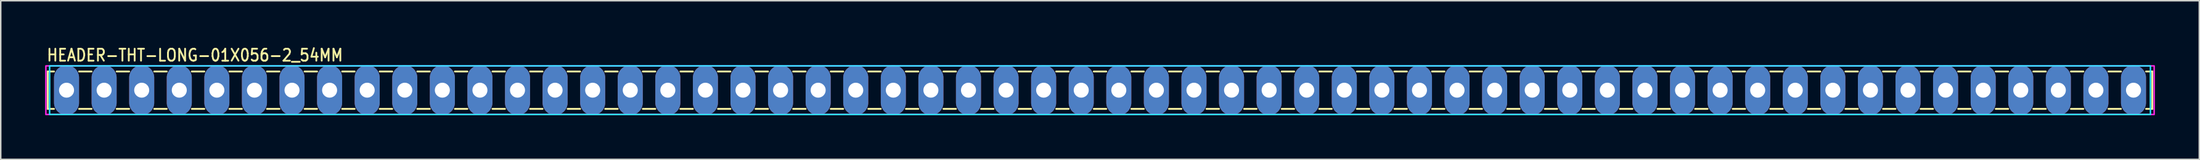
<source format=kicad_pcb>
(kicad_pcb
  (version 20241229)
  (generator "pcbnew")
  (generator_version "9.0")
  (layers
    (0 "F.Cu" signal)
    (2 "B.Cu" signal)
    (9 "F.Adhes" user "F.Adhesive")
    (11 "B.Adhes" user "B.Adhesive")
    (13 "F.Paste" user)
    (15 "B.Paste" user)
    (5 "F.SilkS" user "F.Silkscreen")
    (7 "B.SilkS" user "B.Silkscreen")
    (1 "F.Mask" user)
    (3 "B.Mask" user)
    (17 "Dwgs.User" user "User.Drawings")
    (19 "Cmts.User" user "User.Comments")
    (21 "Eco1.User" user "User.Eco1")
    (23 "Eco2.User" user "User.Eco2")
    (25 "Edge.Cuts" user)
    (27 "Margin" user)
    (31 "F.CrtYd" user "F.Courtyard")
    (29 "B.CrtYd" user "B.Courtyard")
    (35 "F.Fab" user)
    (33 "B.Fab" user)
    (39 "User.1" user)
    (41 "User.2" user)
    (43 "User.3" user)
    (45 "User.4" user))
  (footprint "HEADER-THT-LONG-01X056-2_54MM"
    (layer "F.Cu")
    (at 1.447 3.079)
    (property "Reference" "HEADER-THT-LONG-01X056-2_54MM" (at -1.4 -1.9 0) (unlocked yes) (layer "F.SilkS") (effects (font (size 0.813 0.695) (thickness 0.122)) (justify left bottom)))
    (fp_line (start -1.27 -1.27) (end -1.27 1.27) (stroke (width 0.127) (type solid)) (layer "F.SilkS"))
    (fp_line (start -1.27 1.27) (end -0.85 1.27) (stroke (width 0.127) (type solid)) (layer "F.SilkS"))
    (fp_line (start -0.85 -1.27) (end -1.27 -1.27) (stroke (width 0.127) (type solid)) (layer "F.SilkS"))
    (fp_line (start 0.85 -1.27) (end 1.69 -1.27) (stroke (width 0.127) (type solid)) (layer "F.SilkS"))
    (fp_line (start 0.85 1.27) (end 1.69 1.27) (stroke (width 0.127) (type solid)) (layer "F.SilkS"))
    (fp_line (start 3.39 -1.27) (end 4.23 -1.27) (stroke (width 0.127) (type solid)) (layer "F.SilkS"))
    (fp_line (start 3.39 1.27) (end 4.23 1.27) (stroke (width 0.127) (type solid)) (layer "F.SilkS"))
    (fp_line (start 5.93 -1.27) (end 6.77 -1.27) (stroke (width 0.127) (type solid)) (layer "F.SilkS"))
    (fp_line (start 5.93 1.27) (end 6.77 1.27) (stroke (width 0.127) (type solid)) (layer "F.SilkS"))
    (fp_line (start 8.47 -1.27) (end 9.31 -1.27) (stroke (width 0.127) (type solid)) (layer "F.SilkS"))
    (fp_line (start 8.47 1.27) (end 9.31 1.27) (stroke (width 0.127) (type solid)) (layer "F.SilkS"))
    (fp_line (start 11.01 -1.27) (end 11.85 -1.27) (stroke (width 0.127) (type solid)) (layer "F.SilkS"))
    (fp_line (start 11.01 1.27) (end 11.85 1.27) (stroke (width 0.127) (type solid)) (layer "F.SilkS"))
    (fp_line (start 13.55 -1.27) (end 14.39 -1.27) (stroke (width 0.127) (type solid)) (layer "F.SilkS"))
    (fp_line (start 13.55 1.27) (end 14.39 1.27) (stroke (width 0.127) (type solid)) (layer "F.SilkS"))
    (fp_line (start 16.09 -1.27) (end 16.93 -1.27) (stroke (width 0.127) (type solid)) (layer "F.SilkS"))
    (fp_line (start 16.09 1.27) (end 16.93 1.27) (stroke (width 0.127) (type solid)) (layer "F.SilkS"))
    (fp_line (start 18.63 -1.27) (end 19.47 -1.27) (stroke (width 0.127) (type solid)) (layer "F.SilkS"))
    (fp_line (start 18.63 1.27) (end 19.47 1.27) (stroke (width 0.127) (type solid)) (layer "F.SilkS"))
    (fp_line (start 21.17 -1.27) (end 22.01 -1.27) (stroke (width 0.127) (type solid)) (layer "F.SilkS"))
    (fp_line (start 21.17 1.27) (end 22.01 1.27) (stroke (width 0.127) (type solid)) (layer "F.SilkS"))
    (fp_line (start 23.71 -1.27) (end 24.55 -1.27) (stroke (width 0.127) (type solid)) (layer "F.SilkS"))
    (fp_line (start 23.71 1.27) (end 24.55 1.27) (stroke (width 0.127) (type solid)) (layer "F.SilkS"))
    (fp_line (start 26.25 -1.27) (end 27.09 -1.27) (stroke (width 0.127) (type solid)) (layer "F.SilkS"))
    (fp_line (start 26.25 1.27) (end 27.09 1.27) (stroke (width 0.127) (type solid)) (layer "F.SilkS"))
    (fp_line (start 28.79 -1.27) (end 29.63 -1.27) (stroke (width 0.127) (type solid)) (layer "F.SilkS"))
    (fp_line (start 28.79 1.27) (end 29.63 1.27) (stroke (width 0.127) (type solid)) (layer "F.SilkS"))
    (fp_line (start 31.33 -1.27) (end 32.17 -1.27) (stroke (width 0.127) (type solid)) (layer "F.SilkS"))
    (fp_line (start 31.33 1.27) (end 32.17 1.27) (stroke (width 0.127) (type solid)) (layer "F.SilkS"))
    (fp_line (start 33.87 -1.27) (end 34.71 -1.27) (stroke (width 0.127) (type solid)) (layer "F.SilkS"))
    (fp_line (start 33.87 1.27) (end 34.71 1.27) (stroke (width 0.127) (type solid)) (layer "F.SilkS"))
    (fp_line (start 36.41 -1.27) (end 37.25 -1.27) (stroke (width 0.127) (type solid)) (layer "F.SilkS"))
    (fp_line (start 36.41 1.27) (end 37.25 1.27) (stroke (width 0.127) (type solid)) (layer "F.SilkS"))
    (fp_line (start 38.95 -1.27) (end 39.79 -1.27) (stroke (width 0.127) (type solid)) (layer "F.SilkS"))
    (fp_line (start 38.95 1.27) (end 39.79 1.27) (stroke (width 0.127) (type solid)) (layer "F.SilkS"))
    (fp_line (start 41.49 -1.27) (end 42.33 -1.27) (stroke (width 0.127) (type solid)) (layer "F.SilkS"))
    (fp_line (start 41.49 1.27) (end 42.33 1.27) (stroke (width 0.127) (type solid)) (layer "F.SilkS"))
    (fp_line (start 44.03 -1.27) (end 44.87 -1.27) (stroke (width 0.127) (type solid)) (layer "F.SilkS"))
    (fp_line (start 44.03 1.27) (end 44.87 1.27) (stroke (width 0.127) (type solid)) (layer "F.SilkS"))
    (fp_line (start 46.57 -1.27) (end 47.41 -1.27) (stroke (width 0.127) (type solid)) (layer "F.SilkS"))
    (fp_line (start 46.57 1.27) (end 47.41 1.27) (stroke (width 0.127) (type solid)) (layer "F.SilkS"))
    (fp_line (start 49.11 -1.27) (end 49.95 -1.27) (stroke (width 0.127) (type solid)) (layer "F.SilkS"))
    (fp_line (start 49.11 1.27) (end 49.95 1.27) (stroke (width 0.127) (type solid)) (layer "F.SilkS"))
    (fp_line (start 51.65 -1.27) (end 52.49 -1.27) (stroke (width 0.127) (type solid)) (layer "F.SilkS"))
    (fp_line (start 51.65 1.27) (end 52.49 1.27) (stroke (width 0.127) (type solid)) (layer "F.SilkS"))
    (fp_line (start 54.19 -1.27) (end 55.03 -1.27) (stroke (width 0.127) (type solid)) (layer "F.SilkS"))
    (fp_line (start 54.19 1.27) (end 55.03 1.27) (stroke (width 0.127) (type solid)) (layer "F.SilkS"))
    (fp_line (start 56.73 -1.27) (end 57.57 -1.27) (stroke (width 0.127) (type solid)) (layer "F.SilkS"))
    (fp_line (start 56.73 1.27) (end 57.57 1.27) (stroke (width 0.127) (type solid)) (layer "F.SilkS"))
    (fp_line (start 59.27 -1.27) (end 60.11 -1.27) (stroke (width 0.127) (type solid)) (layer "F.SilkS"))
    (fp_line (start 59.27 1.27) (end 60.11 1.27) (stroke (width 0.127) (type solid)) (layer "F.SilkS"))
    (fp_line (start 61.81 -1.27) (end 62.65 -1.27) (stroke (width 0.127) (type solid)) (layer "F.SilkS"))
    (fp_line (start 61.81 1.27) (end 62.65 1.27) (stroke (width 0.127) (type solid)) (layer "F.SilkS"))
    (fp_line (start 64.35 -1.27) (end 65.19 -1.27) (stroke (width 0.127) (type solid)) (layer "F.SilkS"))
    (fp_line (start 64.35 1.27) (end 65.19 1.27) (stroke (width 0.127) (type solid)) (layer "F.SilkS"))
    (fp_line (start 66.89 -1.27) (end 67.73 -1.27) (stroke (width 0.127) (type solid)) (layer "F.SilkS"))
    (fp_line (start 66.89 1.27) (end 67.73 1.27) (stroke (width 0.127) (type solid)) (layer "F.SilkS"))
    (fp_line (start 69.43 -1.27) (end 70.27 -1.27) (stroke (width 0.127) (type solid)) (layer "F.SilkS"))
    (fp_line (start 69.43 1.27) (end 70.27 1.27) (stroke (width 0.127) (type solid)) (layer "F.SilkS"))
    (fp_line (start 71.97 -1.27) (end 72.81 -1.27) (stroke (width 0.127) (type solid)) (layer "F.SilkS"))
    (fp_line (start 71.97 1.27) (end 72.81 1.27) (stroke (width 0.127) (type solid)) (layer "F.SilkS"))
    (fp_line (start 74.51 -1.27) (end 75.35 -1.27) (stroke (width 0.127) (type solid)) (layer "F.SilkS"))
    (fp_line (start 74.51 1.27) (end 75.35 1.27) (stroke (width 0.127) (type solid)) (layer "F.SilkS"))
    (fp_line (start 77.05 -1.27) (end 77.89 -1.27) (stroke (width 0.127) (type solid)) (layer "F.SilkS"))
    (fp_line (start 77.05 1.27) (end 77.89 1.27) (stroke (width 0.127) (type solid)) (layer "F.SilkS"))
    (fp_line (start 79.59 -1.27) (end 80.43 -1.27) (stroke (width 0.127) (type solid)) (layer "F.SilkS"))
    (fp_line (start 79.59 1.27) (end 80.43 1.27) (stroke (width 0.127) (type solid)) (layer "F.SilkS"))
    (fp_line (start 82.13 -1.27) (end 82.97 -1.27) (stroke (width 0.127) (type solid)) (layer "F.SilkS"))
    (fp_line (start 82.13 1.27) (end 82.97 1.27) (stroke (width 0.127) (type solid)) (layer "F.SilkS"))
    (fp_line (start 84.67 -1.27) (end 85.51 -1.27) (stroke (width 0.127) (type solid)) (layer "F.SilkS"))
    (fp_line (start 84.67 1.27) (end 85.51 1.27) (stroke (width 0.127) (type solid)) (layer "F.SilkS"))
    (fp_line (start 87.21 -1.27) (end 88.05 -1.27) (stroke (width 0.127) (type solid)) (layer "F.SilkS"))
    (fp_line (start 87.21 1.27) (end 88.05 1.27) (stroke (width 0.127) (type solid)) (layer "F.SilkS"))
    (fp_line (start 89.75 -1.27) (end 90.59 -1.27) (stroke (width 0.127) (type solid)) (layer "F.SilkS"))
    (fp_line (start 89.75 1.27) (end 90.59 1.27) (stroke (width 0.127) (type solid)) (layer "F.SilkS"))
    (fp_line (start 92.29 -1.27) (end 93.13 -1.27) (stroke (width 0.127) (type solid)) (layer "F.SilkS"))
    (fp_line (start 92.29 1.27) (end 93.13 1.27) (stroke (width 0.127) (type solid)) (layer "F.SilkS"))
    (fp_line (start 94.83 -1.27) (end 95.67 -1.27) (stroke (width 0.127) (type solid)) (layer "F.SilkS"))
    (fp_line (start 94.83 1.27) (end 95.67 1.27) (stroke (width 0.127) (type solid)) (layer "F.SilkS"))
    (fp_line (start 97.37 -1.27) (end 98.21 -1.27) (stroke (width 0.127) (type solid)) (layer "F.SilkS"))
    (fp_line (start 97.37 1.27) (end 98.21 1.27) (stroke (width 0.127) (type solid)) (layer "F.SilkS"))
    (fp_line (start 99.91 -1.27) (end 100.75 -1.27) (stroke (width 0.127) (type solid)) (layer "F.SilkS"))
    (fp_line (start 99.91 1.27) (end 100.75 1.27) (stroke (width 0.127) (type solid)) (layer "F.SilkS"))
    (fp_line (start 102.45 -1.27) (end 103.29 -1.27) (stroke (width 0.127) (type solid)) (layer "F.SilkS"))
    (fp_line (start 102.45 1.27) (end 103.29 1.27) (stroke (width 0.127) (type solid)) (layer "F.SilkS"))
    (fp_line (start 104.99 -1.27) (end 105.83 -1.27) (stroke (width 0.127) (type solid)) (layer "F.SilkS"))
    (fp_line (start 104.99 1.27) (end 105.83 1.27) (stroke (width 0.127) (type solid)) (layer "F.SilkS"))
    (fp_line (start 107.53 -1.27) (end 108.37 -1.27) (stroke (width 0.127) (type solid)) (layer "F.SilkS"))
    (fp_line (start 107.53 1.27) (end 108.37 1.27) (stroke (width 0.127) (type solid)) (layer "F.SilkS"))
    (fp_line (start 110.07 -1.27) (end 110.91 -1.27) (stroke (width 0.127) (type solid)) (layer "F.SilkS"))
    (fp_line (start 110.07 1.27) (end 110.91 1.27) (stroke (width 0.127) (type solid)) (layer "F.SilkS"))
    (fp_line (start 112.61 -1.27) (end 113.45 -1.27) (stroke (width 0.127) (type solid)) (layer "F.SilkS"))
    (fp_line (start 112.61 1.27) (end 113.45 1.27) (stroke (width 0.127) (type solid)) (layer "F.SilkS"))
    (fp_line (start 115.15 -1.27) (end 115.99 -1.27) (stroke (width 0.127) (type solid)) (layer "F.SilkS"))
    (fp_line (start 115.15 1.27) (end 115.99 1.27) (stroke (width 0.127) (type solid)) (layer "F.SilkS"))
    (fp_line (start 117.69 -1.27) (end 118.53 -1.27) (stroke (width 0.127) (type solid)) (layer "F.SilkS"))
    (fp_line (start 117.69 1.27) (end 118.53 1.27) (stroke (width 0.127) (type solid)) (layer "F.SilkS"))
    (fp_line (start 120.23 -1.27) (end 121.07 -1.27) (stroke (width 0.127) (type solid)) (layer "F.SilkS"))
    (fp_line (start 120.23 1.27) (end 121.07 1.27) (stroke (width 0.127) (type solid)) (layer "F.SilkS"))
    (fp_line (start 122.77 -1.27) (end 123.61 -1.27) (stroke (width 0.127) (type solid)) (layer "F.SilkS"))
    (fp_line (start 122.77 1.27) (end 123.61 1.27) (stroke (width 0.127) (type solid)) (layer "F.SilkS"))
    (fp_line (start 125.31 -1.27) (end 126.15 -1.27) (stroke (width 0.127) (type solid)) (layer "F.SilkS"))
    (fp_line (start 125.31 1.27) (end 126.15 1.27) (stroke (width 0.127) (type solid)) (layer "F.SilkS"))
    (fp_line (start 127.85 -1.27) (end 128.69 -1.27) (stroke (width 0.127) (type solid)) (layer "F.SilkS"))
    (fp_line (start 127.85 1.27) (end 128.69 1.27) (stroke (width 0.127) (type solid)) (layer "F.SilkS"))
    (fp_line (start 130.39 -1.27) (end 131.23 -1.27) (stroke (width 0.127) (type solid)) (layer "F.SilkS"))
    (fp_line (start 130.39 1.27) (end 131.23 1.27) (stroke (width 0.127) (type solid)) (layer "F.SilkS"))
    (fp_line (start 132.93 -1.27) (end 133.77 -1.27) (stroke (width 0.127) (type solid)) (layer "F.SilkS"))
    (fp_line (start 132.93 1.27) (end 133.77 1.27) (stroke (width 0.127) (type solid)) (layer "F.SilkS"))
    (fp_line (start 135.47 -1.27) (end 136.31 -1.27) (stroke (width 0.127) (type solid)) (layer "F.SilkS"))
    (fp_line (start 135.47 1.27) (end 136.31 1.27) (stroke (width 0.127) (type solid)) (layer "F.SilkS"))
    (fp_line (start 138.01 -1.27) (end 138.85 -1.27) (stroke (width 0.127) (type solid)) (layer "F.SilkS"))
    (fp_line (start 138.01 1.27) (end 138.85 1.27) (stroke (width 0.127) (type solid)) (layer "F.SilkS"))
    (fp_line (start 140.55 -1.27) (end 140.97 -1.27) (stroke (width 0.127) (type solid)) (layer "F.SilkS"))
    (fp_line (start 140.97 -1.27) (end 140.97 1.27) (stroke (width 0.127) (type solid)) (layer "F.SilkS"))
    (fp_line (start 140.97 1.27) (end 140.55 1.27) (stroke (width 0.127) (type solid)) (layer "F.SilkS"))
    (fp_poly (pts (xy -1.143 -1.651) (xy 140.843 -1.651) (xy 140.843 1.651) (xy -1.143 1.651)) (stroke (width 0.1) (type solid)) (fill no) (layer "B.CrtYd"))
    (fp_poly (pts (xy -1.397 -1.651) (xy 141.097 -1.651) (xy 141.097 1.651) (xy -1.397 1.651)) (stroke (width 0.1) (type solid)) (fill no) (layer "F.CrtYd"))
    (pad "1" thru_hole oval (at 0 0 90) (size 3.387 1.693) (drill 1.016) (layers "*.Cu" "*.Mask"))
    (pad "2" thru_hole oval (at 2.54 0 90) (size 3.387 1.693) (drill 1.016) (layers "*.Cu" "*.Mask"))
    (pad "3" thru_hole oval (at 5.08 0 90) (size 3.387 1.693) (drill 1.016) (layers "*.Cu" "*.Mask"))
    (pad "4" thru_hole oval (at 7.62 0 90) (size 3.387 1.693) (drill 1.016) (layers "*.Cu" "*.Mask"))
    (pad "5" thru_hole oval (at 10.16 0 90) (size 3.387 1.693) (drill 1.016) (layers "*.Cu" "*.Mask"))
    (pad "6" thru_hole oval (at 12.7 0 90) (size 3.387 1.693) (drill 1.016) (layers "*.Cu" "*.Mask"))
    (pad "7" thru_hole oval (at 15.24 0 90) (size 3.387 1.693) (drill 1.016) (layers "*.Cu" "*.Mask"))
    (pad "8" thru_hole oval (at 17.78 0 90) (size 3.387 1.693) (drill 1.016) (layers "*.Cu" "*.Mask"))
    (pad "9" thru_hole oval (at 20.32 0 90) (size 3.387 1.693) (drill 1.016) (layers "*.Cu" "*.Mask"))
    (pad "10" thru_hole oval (at 22.86 0 90) (size 3.387 1.693) (drill 1.016) (layers "*.Cu" "*.Mask"))
    (pad "11" thru_hole oval (at 25.4 0 90) (size 3.387 1.693) (drill 1.016) (layers "*.Cu" "*.Mask"))
    (pad "12" thru_hole oval (at 27.94 0 90) (size 3.387 1.693) (drill 1.016) (layers "*.Cu" "*.Mask"))
    (pad "13" thru_hole oval (at 30.48 0 90) (size 3.387 1.693) (drill 1.016) (layers "*.Cu" "*.Mask"))
    (pad "14" thru_hole oval (at 33.02 0 90) (size 3.387 1.693) (drill 1.016) (layers "*.Cu" "*.Mask"))
    (pad "15" thru_hole oval (at 35.56 0 90) (size 3.387 1.693) (drill 1.016) (layers "*.Cu" "*.Mask"))
    (pad "16" thru_hole oval (at 38.1 0 90) (size 3.387 1.693) (drill 1.016) (layers "*.Cu" "*.Mask"))
    (pad "17" thru_hole oval (at 40.64 0 90) (size 3.387 1.693) (drill 1.016) (layers "*.Cu" "*.Mask"))
    (pad "18" thru_hole oval (at 43.18 0 90) (size 3.387 1.693) (drill 1.016) (layers "*.Cu" "*.Mask"))
    (pad "19" thru_hole oval (at 45.72 0 90) (size 3.387 1.693) (drill 1.016) (layers "*.Cu" "*.Mask"))
    (pad "20" thru_hole oval (at 48.26 0 90) (size 3.387 1.693) (drill 1.016) (layers "*.Cu" "*.Mask"))
    (pad "21" thru_hole oval (at 50.8 0 90) (size 3.387 1.693) (drill 1.016) (layers "*.Cu" "*.Mask"))
    (pad "22" thru_hole oval (at 53.34 0 90) (size 3.387 1.693) (drill 1.016) (layers "*.Cu" "*.Mask"))
    (pad "23" thru_hole oval (at 55.88 0 90) (size 3.387 1.693) (drill 1.016) (layers "*.Cu" "*.Mask"))
    (pad "24" thru_hole oval (at 58.42 0 90) (size 3.387 1.693) (drill 1.016) (layers "*.Cu" "*.Mask"))
    (pad "25" thru_hole oval (at 60.96 0 90) (size 3.387 1.693) (drill 1.016) (layers "*.Cu" "*.Mask"))
    (pad "26" thru_hole oval (at 63.5 0 90) (size 3.387 1.693) (drill 1.016) (layers "*.Cu" "*.Mask"))
    (pad "27" thru_hole oval (at 66.04 0 90) (size 3.387 1.693) (drill 1.016) (layers "*.Cu" "*.Mask"))
    (pad "28" thru_hole oval (at 68.58 0 90) (size 3.387 1.693) (drill 1.016) (layers "*.Cu" "*.Mask"))
    (pad "29" thru_hole oval (at 71.12 0 90) (size 3.387 1.693) (drill 1.016) (layers "*.Cu" "*.Mask"))
    (pad "30" thru_hole oval (at 73.66 0 90) (size 3.387 1.693) (drill 1.016) (layers "*.Cu" "*.Mask"))
    (pad "31" thru_hole oval (at 76.2 0 90) (size 3.387 1.693) (drill 1.016) (layers "*.Cu" "*.Mask"))
    (pad "32" thru_hole oval (at 78.74 0 90) (size 3.387 1.693) (drill 1.016) (layers "*.Cu" "*.Mask"))
    (pad "33" thru_hole oval (at 81.28 0 90) (size 3.387 1.693) (drill 1.016) (layers "*.Cu" "*.Mask"))
    (pad "34" thru_hole oval (at 83.82 0 90) (size 3.387 1.693) (drill 1.016) (layers "*.Cu" "*.Mask"))
    (pad "35" thru_hole oval (at 86.36 0 90) (size 3.387 1.693) (drill 1.016) (layers "*.Cu" "*.Mask"))
    (pad "36" thru_hole oval (at 88.9 0 90) (size 3.387 1.693) (drill 1.016) (layers "*.Cu" "*.Mask"))
    (pad "37" thru_hole oval (at 91.44 0 90) (size 3.387 1.693) (drill 1.016) (layers "*.Cu" "*.Mask"))
    (pad "38" thru_hole oval (at 93.98 0 90) (size 3.387 1.693) (drill 1.016) (layers "*.Cu" "*.Mask"))
    (pad "39" thru_hole oval (at 96.52 0 90) (size 3.387 1.693) (drill 1.016) (layers "*.Cu" "*.Mask"))
    (pad "40" thru_hole oval (at 99.06 0 90) (size 3.387 1.693) (drill 1.016) (layers "*.Cu" "*.Mask"))
    (pad "41" thru_hole oval (at 101.6 0 90) (size 3.387 1.693) (drill 1.016) (layers "*.Cu" "*.Mask"))
    (pad "42" thru_hole oval (at 104.14 0 90) (size 3.387 1.693) (drill 1.016) (layers "*.Cu" "*.Mask"))
    (pad "43" thru_hole oval (at 106.68 0 90) (size 3.387 1.693) (drill 1.016) (layers "*.Cu" "*.Mask"))
    (pad "44" thru_hole oval (at 109.22 0 90) (size 3.387 1.693) (drill 1.016) (layers "*.Cu" "*.Mask"))
    (pad "45" thru_hole oval (at 111.76 0 90) (size 3.387 1.693) (drill 1.016) (layers "*.Cu" "*.Mask"))
    (pad "46" thru_hole oval (at 114.3 0 90) (size 3.387 1.693) (drill 1.016) (layers "*.Cu" "*.Mask"))
    (pad "47" thru_hole oval (at 116.84 0 90) (size 3.387 1.693) (drill 1.016) (layers "*.Cu" "*.Mask"))
    (pad "48" thru_hole oval (at 119.38 0 90) (size 3.387 1.693) (drill 1.016) (layers "*.Cu" "*.Mask"))
    (pad "49" thru_hole oval (at 121.92 0 90) (size 3.387 1.693) (drill 1.016) (layers "*.Cu" "*.Mask"))
    (pad "50" thru_hole oval (at 124.46 0 90) (size 3.387 1.693) (drill 1.016) (layers "*.Cu" "*.Mask"))
    (pad "51" thru_hole oval (at 127 0 90) (size 3.387 1.693) (drill 1.016) (layers "*.Cu" "*.Mask"))
    (pad "52" thru_hole oval (at 129.54 0 90) (size 3.387 1.693) (drill 1.016) (layers "*.Cu" "*.Mask"))
    (pad "53" thru_hole oval (at 132.08 0 90) (size 3.387 1.693) (drill 1.016) (layers "*.Cu" "*.Mask"))
    (pad "54" thru_hole oval (at 134.62 0 90) (size 3.387 1.693) (drill 1.016) (layers "*.Cu" "*.Mask"))
    (pad "55" thru_hole oval (at 137.16 0 90) (size 3.387 1.693) (drill 1.016) (layers "*.Cu" "*.Mask"))
    (pad "56" thru_hole oval (at 139.7 0 90) (size 3.387 1.693) (drill 1.016) (layers "*.Cu" "*.Mask")))
  (gr_rect
    (start -3 -3)
    (end 145.594 7.78)
    (stroke (width 0.1) (type default))
    (fill no)
    (layer "Edge.Cuts")))
</source>
